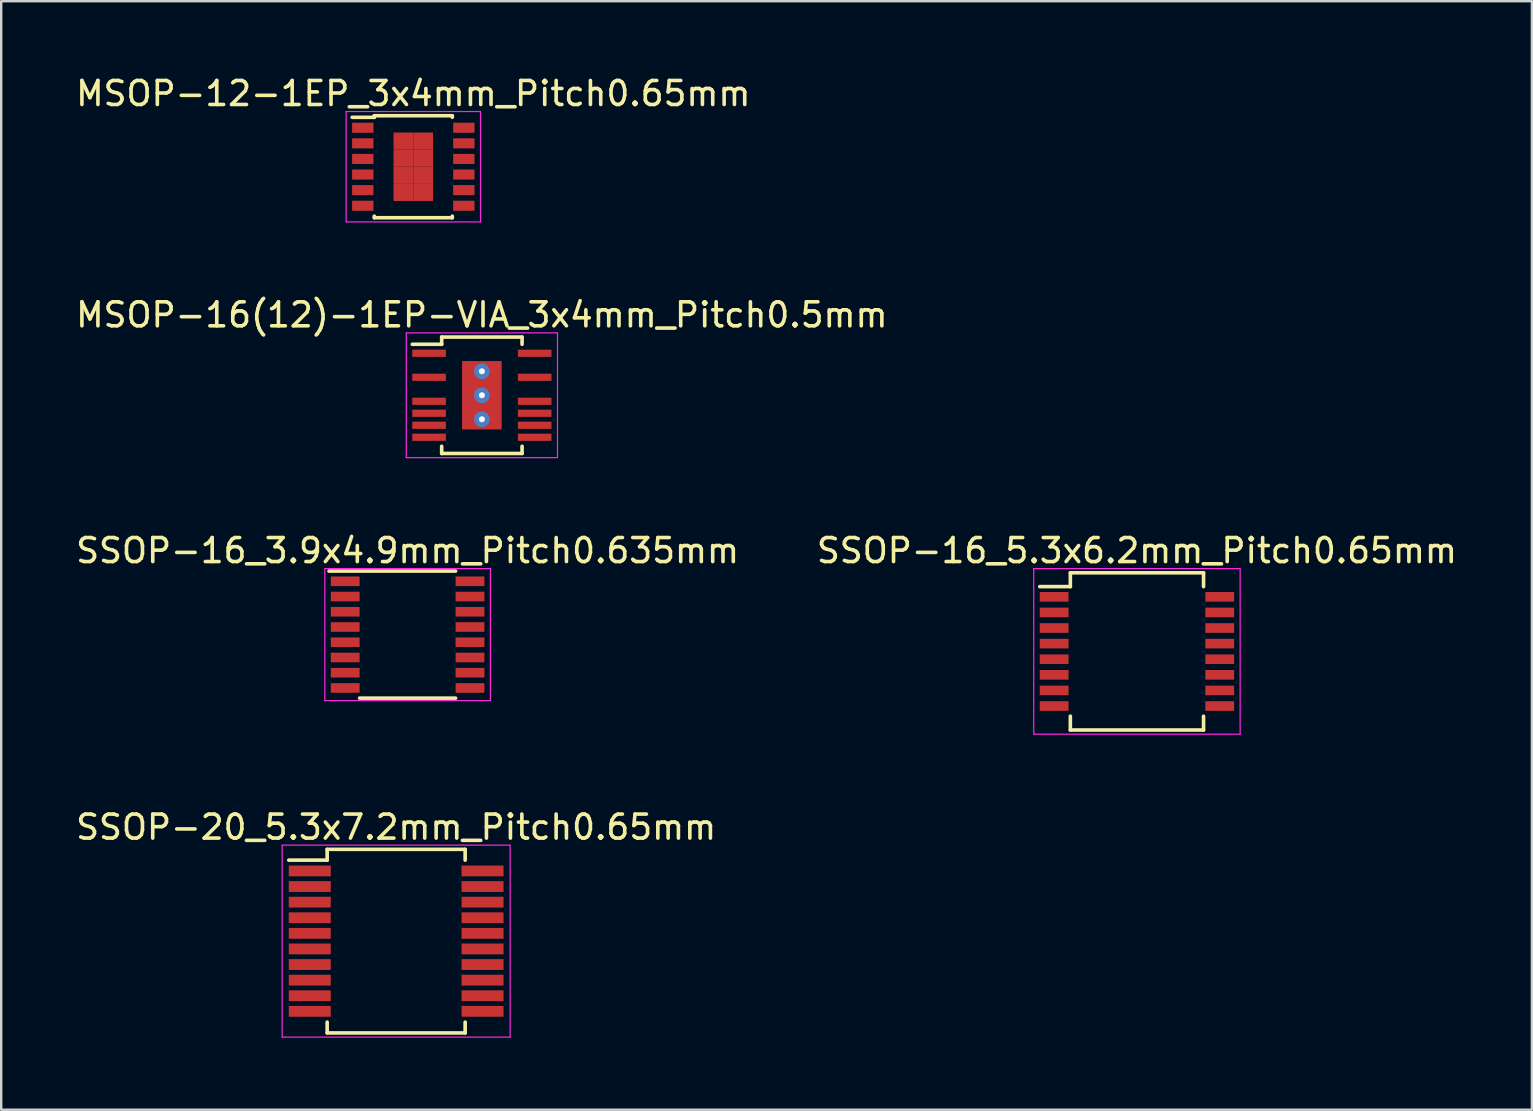
<source format=kicad_pcb>
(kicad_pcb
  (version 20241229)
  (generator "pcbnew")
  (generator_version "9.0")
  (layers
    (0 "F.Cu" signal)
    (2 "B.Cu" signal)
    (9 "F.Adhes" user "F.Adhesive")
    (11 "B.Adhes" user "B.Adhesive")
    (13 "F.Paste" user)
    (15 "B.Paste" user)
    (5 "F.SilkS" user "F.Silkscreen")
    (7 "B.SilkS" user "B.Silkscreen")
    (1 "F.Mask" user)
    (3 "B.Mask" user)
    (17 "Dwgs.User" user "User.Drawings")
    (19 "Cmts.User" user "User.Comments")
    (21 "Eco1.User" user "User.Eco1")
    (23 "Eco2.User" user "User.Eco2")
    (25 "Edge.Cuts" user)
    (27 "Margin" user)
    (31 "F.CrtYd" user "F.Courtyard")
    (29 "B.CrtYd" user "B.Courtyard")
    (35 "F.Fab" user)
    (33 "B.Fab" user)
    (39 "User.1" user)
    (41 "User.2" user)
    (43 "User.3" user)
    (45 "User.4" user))
  (footprint "MSOP-12-1EP_3x4mm_Pitch0.65mm"
    (layer "F.Cu")
    (at 14.173 3.898)
    (property "Reference" "MSOP-12-1EP_3x4mm_Pitch0.65mm" (at 0 -3.05 0) (layer "F.SilkS") (effects (font (size 1 1) (thickness 0.15))))
    (attr smd)
    (fp_line (start -1.625 -2.125) (end -1.625 -2.06) (stroke (width 0.15) (type solid)) (layer "F.SilkS"))
    (fp_line (start -1.625 -2.125) (end 1.625 -2.125) (stroke (width 0.15) (type solid)) (layer "F.SilkS"))
    (fp_line (start -1.625 -2.06) (end -2.55 -2.06) (stroke (width 0.15) (type solid)) (layer "F.SilkS"))
    (fp_line (start -1.625 2.125) (end -1.625 2.06) (stroke (width 0.15) (type solid)) (layer "F.SilkS"))
    (fp_line (start -1.625 2.125) (end 1.625 2.125) (stroke (width 0.15) (type solid)) (layer "F.SilkS"))
    (fp_line (start 1.625 -2.125) (end 1.625 -2.06) (stroke (width 0.15) (type solid)) (layer "F.SilkS"))
    (fp_line (start 1.625 2.125) (end 1.625 2.06) (stroke (width 0.15) (type solid)) (layer "F.SilkS"))
    (fp_line (start -2.8 -2.3) (end -2.8 2.3) (stroke (width 0.05) (type solid)) (layer "F.CrtYd"))
    (fp_line (start -2.8 -2.3) (end 2.8 -2.3) (stroke (width 0.05) (type solid)) (layer "F.CrtYd"))
    (fp_line (start -2.8 2.3) (end 2.8 2.3) (stroke (width 0.05) (type solid)) (layer "F.CrtYd"))
    (fp_line (start 2.8 -2.3) (end 2.8 2.3) (stroke (width 0.05) (type solid)) (layer "F.CrtYd"))
    (pad "1" smd rect (at -2.105 -1.625) (size 0.89 0.42) (layers "F.Cu" "F.Mask" "F.Paste"))
    (pad "2" smd rect (at -2.105 -0.975) (size 0.89 0.42) (layers "F.Cu" "F.Mask" "F.Paste"))
    (pad "3" smd rect (at -2.105 -0.325) (size 0.89 0.42) (layers "F.Cu" "F.Mask" "F.Paste"))
    (pad "4" smd rect (at -2.105 0.325) (size 0.89 0.42) (layers "F.Cu" "F.Mask" "F.Paste"))
    (pad "5" smd rect (at -2.105 0.975) (size 0.89 0.42) (layers "F.Cu" "F.Mask" "F.Paste"))
    (pad "6" smd rect (at -2.105 1.625) (size 0.89 0.42) (layers "F.Cu" "F.Mask" "F.Paste"))
    (pad "7" smd rect (at 2.105 1.625) (size 0.89 0.42) (layers "F.Cu" "F.Mask" "F.Paste"))
    (pad "8" smd rect (at 2.105 0.975) (size 0.89 0.42) (layers "F.Cu" "F.Mask" "F.Paste"))
    (pad "9" smd rect (at 2.105 0.325) (size 0.89 0.42) (layers "F.Cu" "F.Mask" "F.Paste"))
    (pad "10" smd rect (at 2.105 -0.325) (size 0.89 0.42) (layers "F.Cu" "F.Mask" "F.Paste"))
    (pad "11" smd rect (at 2.105 -0.975) (size 0.89 0.42) (layers "F.Cu" "F.Mask" "F.Paste"))
    (pad "12" smd rect (at 2.105 -1.625) (size 0.89 0.42) (layers "F.Cu" "F.Mask" "F.Paste"))
    (pad "13" smd rect (at -0.412 -1.069) (size 0.825 0.713) (layers "F.Cu" "F.Mask" "F.Paste"))
    (pad "13" smd rect (at -0.412 -0.356) (size 0.825 0.713) (layers "F.Cu" "F.Mask" "F.Paste"))
    (pad "13" smd rect (at -0.412 0.356) (size 0.825 0.713) (layers "F.Cu" "F.Mask" "F.Paste"))
    (pad "13" smd rect (at -0.412 1.069) (size 0.825 0.713) (layers "F.Cu" "F.Mask" "F.Paste"))
    (pad "13" smd rect (at 0.412 -1.069) (size 0.825 0.713) (layers "F.Cu" "F.Mask" "F.Paste"))
    (pad "13" smd rect (at 0.412 -0.356) (size 0.825 0.713) (layers "F.Cu" "F.Mask" "F.Paste"))
    (pad "13" smd rect (at 0.412 0.356) (size 0.825 0.713) (layers "F.Cu" "F.Mask" "F.Paste"))
    (pad "13" smd rect (at 0.412 1.069) (size 0.825 0.713) (layers "F.Cu" "F.Mask" "F.Paste")))
  (footprint "MSOP-16(12)-1EP-VIA_3x4mm_Pitch0.5mm"
    (layer "F.Cu")
    (at 17.03 13.421)
    (property "Reference" "MSOP-16(12)-1EP-VIA_3x4mm_Pitch0.5mm" (at 0 -3.35 0) (layer "F.SilkS") (effects (font (size 1 1) (thickness 0.15))))
    (attr smd)
    (fp_line (start -1.675 -2.425) (end -1.675 -2.125) (stroke (width 0.15) (type solid)) (layer "F.SilkS"))
    (fp_line (start -1.675 -2.425) (end 1.675 -2.425) (stroke (width 0.15) (type solid)) (layer "F.SilkS"))
    (fp_line (start -1.675 -2.125) (end -2.9 -2.125) (stroke (width 0.15) (type solid)) (layer "F.SilkS"))
    (fp_line (start -1.675 2.425) (end -1.675 2.125) (stroke (width 0.15) (type solid)) (layer "F.SilkS"))
    (fp_line (start -1.675 2.425) (end 1.675 2.425) (stroke (width 0.15) (type solid)) (layer "F.SilkS"))
    (fp_line (start 1.675 -2.425) (end 1.675 -2.125) (stroke (width 0.15) (type solid)) (layer "F.SilkS"))
    (fp_line (start 1.675 2.425) (end 1.675 2.125) (stroke (width 0.15) (type solid)) (layer "F.SilkS"))
    (fp_line (start -3.15 -2.6) (end -3.15 2.6) (stroke (width 0.05) (type solid)) (layer "F.CrtYd"))
    (fp_line (start -3.15 -2.6) (end 3.15 -2.6) (stroke (width 0.05) (type solid)) (layer "F.CrtYd"))
    (fp_line (start -3.15 2.6) (end 3.15 2.6) (stroke (width 0.05) (type solid)) (layer "F.CrtYd"))
    (fp_line (start 3.15 -2.6) (end 3.15 2.6) (stroke (width 0.05) (type solid)) (layer "F.CrtYd"))
    (pad "1" smd rect (at -2.2 -1.75) (size 1.4 0.3) (layers "F.Cu" "F.Mask" "F.Paste"))
    (pad "3" smd rect (at -2.2 -0.75) (size 1.4 0.3) (layers "F.Cu" "F.Mask" "F.Paste"))
    (pad "5" smd rect (at -2.2 0.25) (size 1.4 0.3) (layers "F.Cu" "F.Mask" "F.Paste"))
    (pad "6" smd rect (at -2.2 0.75) (size 1.4 0.3) (layers "F.Cu" "F.Mask" "F.Paste"))
    (pad "7" smd rect (at -2.2 1.25) (size 1.4 0.3) (layers "F.Cu" "F.Mask" "F.Paste"))
    (pad "8" smd rect (at -2.2 1.75) (size 1.4 0.3) (layers "F.Cu" "F.Mask" "F.Paste"))
    (pad "9" smd rect (at 2.2 1.75) (size 1.4 0.3) (layers "F.Cu" "F.Mask" "F.Paste"))
    (pad "10" smd rect (at 2.2 1.25) (size 1.4 0.3) (layers "F.Cu" "F.Mask" "F.Paste"))
    (pad "11" smd rect (at 2.2 0.75) (size 1.4 0.3) (layers "F.Cu" "F.Mask" "F.Paste"))
    (pad "12" smd rect (at 2.2 0.25) (size 1.4 0.3) (layers "F.Cu" "F.Mask" "F.Paste"))
    (pad "14" smd rect (at 2.2 -0.75) (size 1.4 0.3) (layers "F.Cu" "F.Mask" "F.Paste"))
    (pad "16" smd rect (at 2.2 -1.75) (size 1.4 0.3) (layers "F.Cu" "F.Mask" "F.Paste"))
    (pad "17" thru_hole circle (at 0 -1) (size 0.65 0.65) (drill 0.25) (layers "*.Cu" "*.Paste" "*.Mask"))
    (pad "17" thru_hole circle (at 0 0) (size 0.65 0.65) (drill 0.25) (layers "*.Cu" "*.Paste" "*.Mask"))
    (pad "17" smd rect (at 0 0) (size 1.65 2.85) (layers "F.Cu" "F.Mask" "F.Paste"))
    (pad "17" thru_hole circle (at 0 1) (size 0.65 0.65) (drill 0.25) (layers "*.Cu" "*.Paste" "*.Mask")))
  (footprint "SSOP-16_5.3x6.2mm_Pitch0.65mm"
    (layer "F.Cu")
    (at 44.327 24.095)
    (property "Reference" "SSOP-16_5.3x6.2mm_Pitch0.65mm" (at 0 -4.2 0) (layer "F.SilkS") (effects (font (size 1 1) (thickness 0.15))))
    (attr smd)
    (fp_line (start -2.775 -3.275) (end -2.775 -2.7) (stroke (width 0.15) (type solid)) (layer "F.SilkS"))
    (fp_line (start -2.775 -3.275) (end 2.775 -3.275) (stroke (width 0.15) (type solid)) (layer "F.SilkS"))
    (fp_line (start -2.775 -2.7) (end -4.05 -2.7) (stroke (width 0.15) (type solid)) (layer "F.SilkS"))
    (fp_line (start -2.775 3.275) (end -2.775 2.7) (stroke (width 0.15) (type solid)) (layer "F.SilkS"))
    (fp_line (start -2.775 3.275) (end 2.775 3.275) (stroke (width 0.15) (type solid)) (layer "F.SilkS"))
    (fp_line (start 2.775 -3.275) (end 2.775 -2.7) (stroke (width 0.15) (type solid)) (layer "F.SilkS"))
    (fp_line (start 2.775 3.275) (end 2.775 2.7) (stroke (width 0.15) (type solid)) (layer "F.SilkS"))
    (fp_line (start -4.3 -3.45) (end -4.3 3.45) (stroke (width 0.05) (type solid)) (layer "F.CrtYd"))
    (fp_line (start -4.3 -3.45) (end 4.3 -3.45) (stroke (width 0.05) (type solid)) (layer "F.CrtYd"))
    (fp_line (start -4.3 3.45) (end 4.3 3.45) (stroke (width 0.05) (type solid)) (layer "F.CrtYd"))
    (fp_line (start 4.3 -3.45) (end 4.3 3.45) (stroke (width 0.05) (type solid)) (layer "F.CrtYd"))
    (pad "1" smd rect (at -3.45 -2.275) (size 1.2 0.4) (layers "F.Cu" "F.Mask" "F.Paste"))
    (pad "2" smd rect (at -3.45 -1.625) (size 1.2 0.4) (layers "F.Cu" "F.Mask" "F.Paste"))
    (pad "3" smd rect (at -3.45 -0.975) (size 1.2 0.4) (layers "F.Cu" "F.Mask" "F.Paste"))
    (pad "4" smd rect (at -3.45 -0.325) (size 1.2 0.4) (layers "F.Cu" "F.Mask" "F.Paste"))
    (pad "5" smd rect (at -3.45 0.325) (size 1.2 0.4) (layers "F.Cu" "F.Mask" "F.Paste"))
    (pad "6" smd rect (at -3.45 0.975) (size 1.2 0.4) (layers "F.Cu" "F.Mask" "F.Paste"))
    (pad "7" smd rect (at -3.45 1.625) (size 1.2 0.4) (layers "F.Cu" "F.Mask" "F.Paste"))
    (pad "8" smd rect (at -3.45 2.275) (size 1.2 0.4) (layers "F.Cu" "F.Mask" "F.Paste"))
    (pad "9" smd rect (at 3.45 2.275) (size 1.2 0.4) (layers "F.Cu" "F.Mask" "F.Paste"))
    (pad "10" smd rect (at 3.45 1.625) (size 1.2 0.4) (layers "F.Cu" "F.Mask" "F.Paste"))
    (pad "11" smd rect (at 3.45 0.975) (size 1.2 0.4) (layers "F.Cu" "F.Mask" "F.Paste"))
    (pad "12" smd rect (at 3.45 0.325) (size 1.2 0.4) (layers "F.Cu" "F.Mask" "F.Paste"))
    (pad "13" smd rect (at 3.45 -0.325) (size 1.2 0.4) (layers "F.Cu" "F.Mask" "F.Paste"))
    (pad "14" smd rect (at 3.45 -0.975) (size 1.2 0.4) (layers "F.Cu" "F.Mask" "F.Paste"))
    (pad "15" smd rect (at 3.45 -1.625) (size 1.2 0.4) (layers "F.Cu" "F.Mask" "F.Paste"))
    (pad "16" smd rect (at 3.45 -2.275) (size 1.2 0.4) (layers "F.Cu" "F.Mask" "F.Paste")))
  (footprint "SSOP-20_5.3x7.2mm_Pitch0.65mm"
    (layer "F.Cu")
    (at 13.458 36.168)
    (property "Reference" "SSOP-20_5.3x7.2mm_Pitch0.65mm" (at 0 -4.75 0) (layer "F.SilkS") (effects (font (size 1 1) (thickness 0.15))))
    (attr smd)
    (fp_line (start -2.875 -3.825) (end -2.875 -3.375) (stroke (width 0.15) (type solid)) (layer "F.SilkS"))
    (fp_line (start -2.875 -3.825) (end 2.875 -3.825) (stroke (width 0.15) (type solid)) (layer "F.SilkS"))
    (fp_line (start -2.875 -3.375) (end -4.475 -3.375) (stroke (width 0.15) (type solid)) (layer "F.SilkS"))
    (fp_line (start -2.875 3.825) (end -2.875 3.375) (stroke (width 0.15) (type solid)) (layer "F.SilkS"))
    (fp_line (start -2.875 3.825) (end 2.875 3.825) (stroke (width 0.15) (type solid)) (layer "F.SilkS"))
    (fp_line (start 2.875 -3.825) (end 2.875 -3.375) (stroke (width 0.15) (type solid)) (layer "F.SilkS"))
    (fp_line (start 2.875 3.825) (end 2.875 3.375) (stroke (width 0.15) (type solid)) (layer "F.SilkS"))
    (fp_line (start -4.75 -4) (end -4.75 4) (stroke (width 0.05) (type solid)) (layer "F.CrtYd"))
    (fp_line (start -4.75 -4) (end 4.75 -4) (stroke (width 0.05) (type solid)) (layer "F.CrtYd"))
    (fp_line (start -4.75 4) (end 4.75 4) (stroke (width 0.05) (type solid)) (layer "F.CrtYd"))
    (fp_line (start 4.75 -4) (end 4.75 4) (stroke (width 0.05) (type solid)) (layer "F.CrtYd"))
    (pad "1" smd rect (at -3.6 -2.925) (size 1.75 0.45) (layers "F.Cu" "F.Mask" "F.Paste"))
    (pad "2" smd rect (at -3.6 -2.275) (size 1.75 0.45) (layers "F.Cu" "F.Mask" "F.Paste"))
    (pad "3" smd rect (at -3.6 -1.625) (size 1.75 0.45) (layers "F.Cu" "F.Mask" "F.Paste"))
    (pad "4" smd rect (at -3.6 -0.975) (size 1.75 0.45) (layers "F.Cu" "F.Mask" "F.Paste"))
    (pad "5" smd rect (at -3.6 -0.325) (size 1.75 0.45) (layers "F.Cu" "F.Mask" "F.Paste"))
    (pad "6" smd rect (at -3.6 0.325) (size 1.75 0.45) (layers "F.Cu" "F.Mask" "F.Paste"))
    (pad "7" smd rect (at -3.6 0.975) (size 1.75 0.45) (layers "F.Cu" "F.Mask" "F.Paste"))
    (pad "8" smd rect (at -3.6 1.625) (size 1.75 0.45) (layers "F.Cu" "F.Mask" "F.Paste"))
    (pad "9" smd rect (at -3.6 2.275) (size 1.75 0.45) (layers "F.Cu" "F.Mask" "F.Paste"))
    (pad "10" smd rect (at -3.6 2.925) (size 1.75 0.45) (layers "F.Cu" "F.Mask" "F.Paste"))
    (pad "11" smd rect (at 3.6 2.925) (size 1.75 0.45) (layers "F.Cu" "F.Mask" "F.Paste"))
    (pad "12" smd rect (at 3.6 2.275) (size 1.75 0.45) (layers "F.Cu" "F.Mask" "F.Paste"))
    (pad "13" smd rect (at 3.6 1.625) (size 1.75 0.45) (layers "F.Cu" "F.Mask" "F.Paste"))
    (pad "14" smd rect (at 3.6 0.975) (size 1.75 0.45) (layers "F.Cu" "F.Mask" "F.Paste"))
    (pad "15" smd rect (at 3.6 0.325) (size 1.75 0.45) (layers "F.Cu" "F.Mask" "F.Paste"))
    (pad "16" smd rect (at 3.6 -0.325) (size 1.75 0.45) (layers "F.Cu" "F.Mask" "F.Paste"))
    (pad "17" smd rect (at 3.6 -0.975) (size 1.75 0.45) (layers "F.Cu" "F.Mask" "F.Paste"))
    (pad "18" smd rect (at 3.6 -1.625) (size 1.75 0.45) (layers "F.Cu" "F.Mask" "F.Paste"))
    (pad "19" smd rect (at 3.6 -2.275) (size 1.75 0.45) (layers "F.Cu" "F.Mask" "F.Paste"))
    (pad "20" smd rect (at 3.6 -2.925) (size 1.75 0.45) (layers "F.Cu" "F.Mask" "F.Paste")))
  (footprint "SSOP-16_3.9x4.9mm_Pitch0.635mm"
    (layer "F.Cu")
    (at 13.935 23.395)
    (property "Reference" "SSOP-16_3.9x4.9mm_Pitch0.635mm" (at 0 -3.5 0) (layer "F.SilkS") (effects (font (size 1 1) (thickness 0.15))))
    (attr smd)
    (fp_line (start -3.275 -2.647) (end 2 -2.647) (stroke (width 0.15) (type solid)) (layer "F.SilkS"))
    (fp_line (start -2 2.647) (end 2 2.647) (stroke (width 0.15) (type solid)) (layer "F.SilkS"))
    (fp_line (start -3.45 -2.75) (end -3.45 2.75) (stroke (width 0.05) (type solid)) (layer "F.CrtYd"))
    (fp_line (start -3.45 -2.75) (end 3.45 -2.75) (stroke (width 0.05) (type solid)) (layer "F.CrtYd"))
    (fp_line (start -3.45 2.75) (end 3.45 2.75) (stroke (width 0.05) (type solid)) (layer "F.CrtYd"))
    (fp_line (start 3.45 -2.75) (end 3.45 2.75) (stroke (width 0.05) (type solid)) (layer "F.CrtYd"))
    (pad "1" smd rect (at -2.6 -2.223) (size 1.2 0.4) (layers "F.Cu" "F.Mask" "F.Paste"))
    (pad "2" smd rect (at -2.6 -1.587) (size 1.2 0.4) (layers "F.Cu" "F.Mask" "F.Paste"))
    (pad "3" smd rect (at -2.6 -0.953) (size 1.2 0.4) (layers "F.Cu" "F.Mask" "F.Paste"))
    (pad "4" smd rect (at -2.6 -0.318) (size 1.2 0.4) (layers "F.Cu" "F.Mask" "F.Paste"))
    (pad "5" smd rect (at -2.6 0.318) (size 1.2 0.4) (layers "F.Cu" "F.Mask" "F.Paste"))
    (pad "6" smd rect (at -2.6 0.953) (size 1.2 0.4) (layers "F.Cu" "F.Mask" "F.Paste"))
    (pad "7" smd rect (at -2.6 1.587) (size 1.2 0.4) (layers "F.Cu" "F.Mask" "F.Paste"))
    (pad "8" smd rect (at -2.6 2.223) (size 1.2 0.4) (layers "F.Cu" "F.Mask" "F.Paste"))
    (pad "9" smd rect (at 2.6 2.223) (size 1.2 0.4) (layers "F.Cu" "F.Mask" "F.Paste"))
    (pad "10" smd rect (at 2.6 1.587) (size 1.2 0.4) (layers "F.Cu" "F.Mask" "F.Paste"))
    (pad "11" smd rect (at 2.6 0.953) (size 1.2 0.4) (layers "F.Cu" "F.Mask" "F.Paste"))
    (pad "12" smd rect (at 2.6 0.318) (size 1.2 0.4) (layers "F.Cu" "F.Mask" "F.Paste"))
    (pad "13" smd rect (at 2.6 -0.318) (size 1.2 0.4) (layers "F.Cu" "F.Mask" "F.Paste"))
    (pad "14" smd rect (at 2.6 -0.953) (size 1.2 0.4) (layers "F.Cu" "F.Mask" "F.Paste"))
    (pad "15" smd rect (at 2.6 -1.587) (size 1.2 0.4) (layers "F.Cu" "F.Mask" "F.Paste"))
    (pad "16" smd rect (at 2.6 -2.223) (size 1.2 0.4) (layers "F.Cu" "F.Mask" "F.Paste")))
  (gr_rect
    (start -3 -3)
    (end 60.786 43.193)
    (stroke (width 0.1) (type default))
    (fill no)
    (layer "Edge.Cuts")))
</source>
